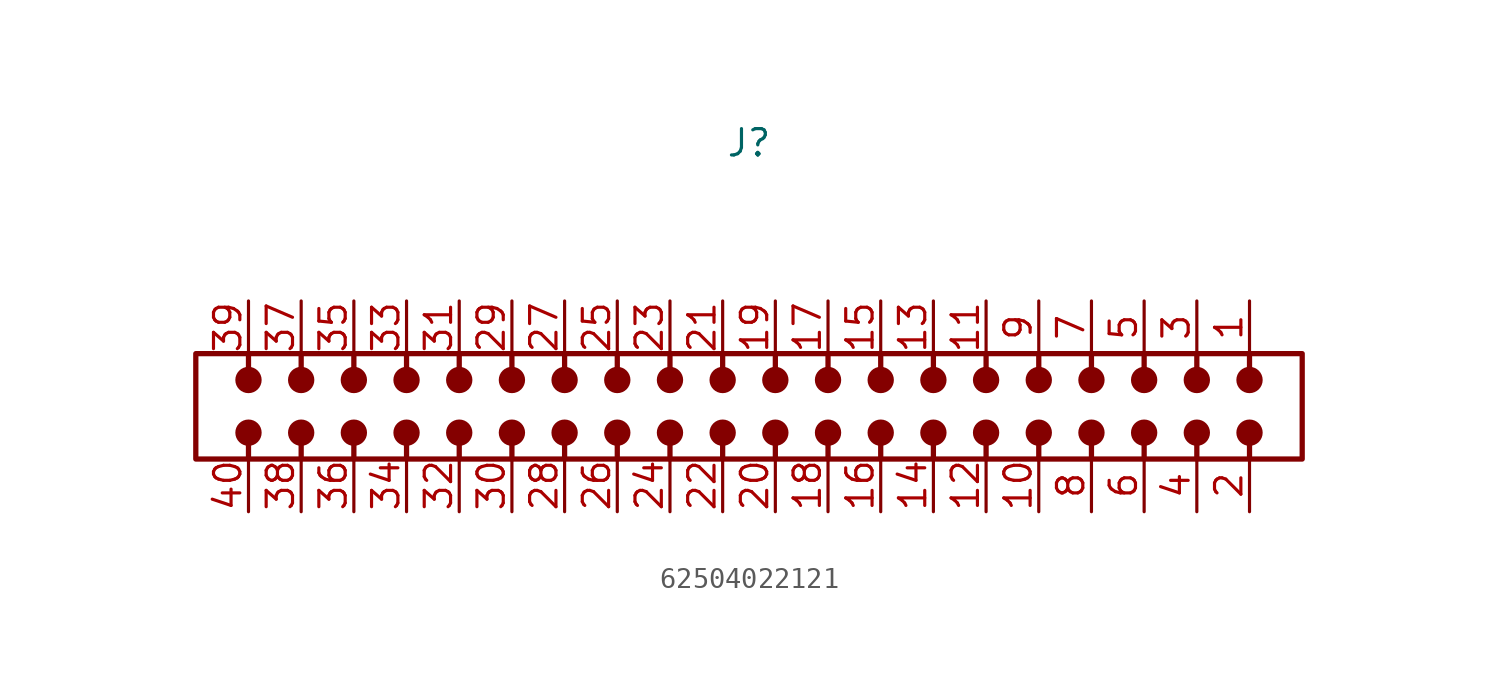
<source format=kicad_sym>
(kicad_symbol_lib
  (version 20241209)
  (generator "kicad_symbol_editor")
  (generator_version "9.0")
  (symbol "62504022121"
    (pin_names
      (hide yes))
    (property "Reference" "J"
      (at 0 12.7 0)
      (effects (font (size 1.27 1.27))))
    (symbol "62504022121_1_1"
      (rectangle (start -26.67 2.54) (end 26.67 -2.54) (stroke (width 0.254) (type solid)) (fill (type none)))
      (polyline (pts (xy -24.13 1.778) (xy -24.13 2.54)) (stroke (width 0.254) (type solid)) (fill (type none)))
      (circle (center -24.13 1.27) (radius 0.508) (stroke (width 0.254) (type solid)) (fill (type outline)))
      (circle (center -24.13 -1.27) (radius 0.508) (stroke (width 0.254) (type solid)) (fill (type outline)))
      (polyline (pts (xy -24.13 -1.778) (xy -24.13 -2.54)) (stroke (width 0.254) (type solid)) (fill (type none)))
      (polyline (pts (xy -21.59 1.778) (xy -21.59 2.54)) (stroke (width 0.254) (type solid)) (fill (type none)))
      (circle (center -21.59 1.27) (radius 0.508) (stroke (width 0.254) (type solid)) (fill (type outline)))
      (circle (center -21.59 -1.27) (radius 0.508) (stroke (width 0.254) (type solid)) (fill (type outline)))
      (polyline (pts (xy -21.59 -1.778) (xy -21.59 -2.54)) (stroke (width 0.254) (type solid)) (fill (type none)))
      (polyline (pts (xy -19.05 1.778) (xy -19.05 2.54)) (stroke (width 0.254) (type solid)) (fill (type none)))
      (circle (center -19.05 1.27) (radius 0.508) (stroke (width 0.254) (type solid)) (fill (type outline)))
      (circle (center -19.05 -1.27) (radius 0.508) (stroke (width 0.254) (type solid)) (fill (type outline)))
      (polyline (pts (xy -19.05 -1.778) (xy -19.05 -2.54)) (stroke (width 0.254) (type solid)) (fill (type none)))
      (polyline (pts (xy -16.51 1.778) (xy -16.51 2.54)) (stroke (width 0.254) (type solid)) (fill (type none)))
      (circle (center -16.51 1.27) (radius 0.508) (stroke (width 0.254) (type solid)) (fill (type outline)))
      (circle (center -16.51 -1.27) (radius 0.508) (stroke (width 0.254) (type solid)) (fill (type outline)))
      (polyline (pts (xy -16.51 -1.778) (xy -16.51 -2.54)) (stroke (width 0.254) (type solid)) (fill (type none)))
      (polyline (pts (xy -13.97 1.778) (xy -13.97 2.54)) (stroke (width 0.254) (type solid)) (fill (type none)))
      (circle (center -13.97 1.27) (radius 0.508) (stroke (width 0.254) (type solid)) (fill (type outline)))
      (circle (center -13.97 -1.27) (radius 0.508) (stroke (width 0.254) (type solid)) (fill (type outline)))
      (polyline (pts (xy -13.97 -1.778) (xy -13.97 -2.54)) (stroke (width 0.254) (type solid)) (fill (type none)))
      (polyline (pts (xy -11.43 1.778) (xy -11.43 2.54)) (stroke (width 0.254) (type solid)) (fill (type none)))
      (circle (center -11.43 1.27) (radius 0.508) (stroke (width 0.254) (type solid)) (fill (type outline)))
      (circle (center -11.43 -1.27) (radius 0.508) (stroke (width 0.254) (type solid)) (fill (type outline)))
      (polyline (pts (xy -11.43 -1.778) (xy -11.43 -2.54)) (stroke (width 0.254) (type solid)) (fill (type none)))
      (polyline (pts (xy -8.89 1.778) (xy -8.89 2.54)) (stroke (width 0.254) (type solid)) (fill (type none)))
      (circle (center -8.89 1.27) (radius 0.508) (stroke (width 0.254) (type solid)) (fill (type outline)))
      (circle (center -8.89 -1.27) (radius 0.508) (stroke (width 0.254) (type solid)) (fill (type outline)))
      (polyline (pts (xy -8.89 -1.778) (xy -8.89 -2.54)) (stroke (width 0.254) (type solid)) (fill (type none)))
      (polyline (pts (xy -6.35 1.778) (xy -6.35 2.54)) (stroke (width 0.254) (type solid)) (fill (type none)))
      (circle (center -6.35 1.27) (radius 0.508) (stroke (width 0.254) (type solid)) (fill (type outline)))
      (circle (center -6.35 -1.27) (radius 0.508) (stroke (width 0.254) (type solid)) (fill (type outline)))
      (polyline (pts (xy -6.35 -1.778) (xy -6.35 -2.54)) (stroke (width 0.254) (type solid)) (fill (type none)))
      (polyline (pts (xy -3.81 1.778) (xy -3.81 2.54)) (stroke (width 0.254) (type solid)) (fill (type none)))
      (circle (center -3.81 1.27) (radius 0.508) (stroke (width 0.254) (type solid)) (fill (type outline)))
      (circle (center -3.81 -1.27) (radius 0.508) (stroke (width 0.254) (type solid)) (fill (type outline)))
      (polyline (pts (xy -3.81 -1.778) (xy -3.81 -2.54)) (stroke (width 0.254) (type solid)) (fill (type none)))
      (polyline (pts (xy -1.27 1.778) (xy -1.27 2.54)) (stroke (width 0.254) (type solid)) (fill (type none)))
      (circle (center -1.27 1.27) (radius 0.508) (stroke (width 0.254) (type solid)) (fill (type outline)))
      (circle (center -1.27 -1.27) (radius 0.508) (stroke (width 0.254) (type solid)) (fill (type outline)))
      (polyline (pts (xy -1.27 -1.778) (xy -1.27 -2.54)) (stroke (width 0.254) (type solid)) (fill (type none)))
      (polyline (pts (xy 1.27 1.778) (xy 1.27 2.54)) (stroke (width 0.254) (type solid)) (fill (type none)))
      (circle (center 1.27 1.27) (radius 0.508) (stroke (width 0.254) (type solid)) (fill (type outline)))
      (circle (center 1.27 -1.27) (radius 0.508) (stroke (width 0.254) (type solid)) (fill (type outline)))
      (polyline (pts (xy 1.27 -1.778) (xy 1.27 -2.54)) (stroke (width 0.254) (type solid)) (fill (type none)))
      (polyline (pts (xy 3.81 1.778) (xy 3.81 2.54)) (stroke (width 0.254) (type solid)) (fill (type none)))
      (circle (center 3.81 1.27) (radius 0.508) (stroke (width 0.254) (type solid)) (fill (type outline)))
      (circle (center 3.81 -1.27) (radius 0.508) (stroke (width 0.254) (type solid)) (fill (type outline)))
      (polyline (pts (xy 3.81 -1.778) (xy 3.81 -2.54)) (stroke (width 0.254) (type solid)) (fill (type none)))
      (polyline (pts (xy 6.35 1.778) (xy 6.35 2.54)) (stroke (width 0.254) (type solid)) (fill (type none)))
      (circle (center 6.35 1.27) (radius 0.508) (stroke (width 0.254) (type solid)) (fill (type outline)))
      (circle (center 6.35 -1.27) (radius 0.508) (stroke (width 0.254) (type solid)) (fill (type outline)))
      (polyline (pts (xy 6.35 -1.778) (xy 6.35 -2.54)) (stroke (width 0.254) (type solid)) (fill (type none)))
      (polyline (pts (xy 8.89 1.778) (xy 8.89 2.54)) (stroke (width 0.254) (type solid)) (fill (type none)))
      (circle (center 8.89 1.27) (radius 0.508) (stroke (width 0.254) (type solid)) (fill (type outline)))
      (circle (center 8.89 -1.27) (radius 0.508) (stroke (width 0.254) (type solid)) (fill (type outline)))
      (polyline (pts (xy 8.89 -1.778) (xy 8.89 -2.54)) (stroke (width 0.254) (type solid)) (fill (type none)))
      (polyline (pts (xy 11.43 1.778) (xy 11.43 2.54)) (stroke (width 0.254) (type solid)) (fill (type none)))
      (circle (center 11.43 1.27) (radius 0.508) (stroke (width 0.254) (type solid)) (fill (type outline)))
      (circle (center 11.43 -1.27) (radius 0.508) (stroke (width 0.254) (type solid)) (fill (type outline)))
      (polyline (pts (xy 11.43 -1.778) (xy 11.43 -2.54)) (stroke (width 0.254) (type solid)) (fill (type none)))
      (polyline (pts (xy 13.97 1.778) (xy 13.97 2.54)) (stroke (width 0.254) (type solid)) (fill (type none)))
      (circle (center 13.97 1.27) (radius 0.508) (stroke (width 0.254) (type solid)) (fill (type outline)))
      (circle (center 13.97 -1.27) (radius 0.508) (stroke (width 0.254) (type solid)) (fill (type outline)))
      (polyline (pts (xy 13.97 -1.778) (xy 13.97 -2.54)) (stroke (width 0.254) (type solid)) (fill (type none)))
      (polyline (pts (xy 16.51 1.778) (xy 16.51 2.54)) (stroke (width 0.254) (type solid)) (fill (type none)))
      (circle (center 16.51 1.27) (radius 0.508) (stroke (width 0.254) (type solid)) (fill (type outline)))
      (circle (center 16.51 -1.27) (radius 0.508) (stroke (width 0.254) (type solid)) (fill (type outline)))
      (polyline (pts (xy 16.51 -1.778) (xy 16.51 -2.54)) (stroke (width 0.254) (type solid)) (fill (type none)))
      (polyline (pts (xy 19.05 1.778) (xy 19.05 2.54)) (stroke (width 0.254) (type solid)) (fill (type none)))
      (circle (center 19.05 1.27) (radius 0.508) (stroke (width 0.254) (type solid)) (fill (type outline)))
      (circle (center 19.05 -1.27) (radius 0.508) (stroke (width 0.254) (type solid)) (fill (type outline)))
      (polyline (pts (xy 19.05 -1.778) (xy 19.05 -2.54)) (stroke (width 0.254) (type solid)) (fill (type none)))
      (polyline (pts (xy 21.59 1.778) (xy 21.59 2.54)) (stroke (width 0.254) (type solid)) (fill (type none)))
      (circle (center 21.59 1.27) (radius 0.508) (stroke (width 0.254) (type solid)) (fill (type outline)))
      (circle (center 21.59 -1.27) (radius 0.508) (stroke (width 0.254) (type solid)) (fill (type outline)))
      (polyline (pts (xy 21.59 -1.778) (xy 21.59 -2.54)) (stroke (width 0.254) (type solid)) (fill (type none)))
      (polyline (pts (xy 24.13 1.778) (xy 24.13 2.54)) (stroke (width 0.254) (type solid)) (fill (type none)))
      (circle (center 24.13 1.27) (radius 0.508) (stroke (width 0.254) (type solid)) (fill (type outline)))
      (circle (center 24.13 -1.27) (radius 0.508) (stroke (width 0.254) (type solid)) (fill (type outline)))
      (polyline (pts (xy 24.13 -1.778) (xy 24.13 -2.54)) (stroke (width 0.254) (type solid)) (fill (type none)))
      (pin passive line (at -24.13 5.08 270) (length 2.54) (name "39" (effects (font (size 1.27 1.27)))) (number "39" (effects (font (size 1.27 1.27)))))
      (pin passive line (at -24.13 -5.08 90) (length 2.54) (name "40" (effects (font (size 1.27 1.27)))) (number "40" (effects (font (size 1.27 1.27)))))
      (pin passive line (at -21.59 5.08 270) (length 2.54) (name "37" (effects (font (size 1.27 1.27)))) (number "37" (effects (font (size 1.27 1.27)))))
      (pin passive line (at -21.59 -5.08 90) (length 2.54) (name "38" (effects (font (size 1.27 1.27)))) (number "38" (effects (font (size 1.27 1.27)))))
      (pin passive line (at -19.05 5.08 270) (length 2.54) (name "35" (effects (font (size 1.27 1.27)))) (number "35" (effects (font (size 1.27 1.27)))))
      (pin passive line (at -19.05 -5.08 90) (length 2.54) (name "36" (effects (font (size 1.27 1.27)))) (number "36" (effects (font (size 1.27 1.27)))))
      (pin passive line (at -16.51 5.08 270) (length 2.54) (name "33" (effects (font (size 1.27 1.27)))) (number "33" (effects (font (size 1.27 1.27)))))
      (pin passive line (at -16.51 -5.08 90) (length 2.54) (name "34" (effects (font (size 1.27 1.27)))) (number "34" (effects (font (size 1.27 1.27)))))
      (pin passive line (at -13.97 5.08 270) (length 2.54) (name "31" (effects (font (size 1.27 1.27)))) (number "31" (effects (font (size 1.27 1.27)))))
      (pin passive line (at -13.97 -5.08 90) (length 2.54) (name "32" (effects (font (size 1.27 1.27)))) (number "32" (effects (font (size 1.27 1.27)))))
      (pin passive line (at -11.43 5.08 270) (length 2.54) (name "29" (effects (font (size 1.27 1.27)))) (number "29" (effects (font (size 1.27 1.27)))))
      (pin passive line (at -11.43 -5.08 90) (length 2.54) (name "30" (effects (font (size 1.27 1.27)))) (number "30" (effects (font (size 1.27 1.27)))))
      (pin passive line (at -8.89 5.08 270) (length 2.54) (name "27" (effects (font (size 1.27 1.27)))) (number "27" (effects (font (size 1.27 1.27)))))
      (pin passive line (at -8.89 -5.08 90) (length 2.54) (name "28" (effects (font (size 1.27 1.27)))) (number "28" (effects (font (size 1.27 1.27)))))
      (pin passive line (at -6.35 5.08 270) (length 2.54) (name "25" (effects (font (size 1.27 1.27)))) (number "25" (effects (font (size 1.27 1.27)))))
      (pin passive line (at -6.35 -5.08 90) (length 2.54) (name "26" (effects (font (size 1.27 1.27)))) (number "26" (effects (font (size 1.27 1.27)))))
      (pin passive line (at -3.81 5.08 270) (length 2.54) (name "23" (effects (font (size 1.27 1.27)))) (number "23" (effects (font (size 1.27 1.27)))))
      (pin passive line (at -3.81 -5.08 90) (length 2.54) (name "24" (effects (font (size 1.27 1.27)))) (number "24" (effects (font (size 1.27 1.27)))))
      (pin passive line (at -1.27 5.08 270) (length 2.54) (name "21" (effects (font (size 1.27 1.27)))) (number "21" (effects (font (size 1.27 1.27)))))
      (pin passive line (at -1.27 -5.08 90) (length 2.54) (name "22" (effects (font (size 1.27 1.27)))) (number "22" (effects (font (size 1.27 1.27)))))
      (pin passive line (at 1.27 5.08 270) (length 2.54) (name "19" (effects (font (size 1.27 1.27)))) (number "19" (effects (font (size 1.27 1.27)))))
      (pin passive line (at 1.27 -5.08 90) (length 2.54) (name "20" (effects (font (size 1.27 1.27)))) (number "20" (effects (font (size 1.27 1.27)))))
      (pin passive line (at 3.81 5.08 270) (length 2.54) (name "17" (effects (font (size 1.27 1.27)))) (number "17" (effects (font (size 1.27 1.27)))))
      (pin passive line (at 3.81 -5.08 90) (length 2.54) (name "18" (effects (font (size 1.27 1.27)))) (number "18" (effects (font (size 1.27 1.27)))))
      (pin passive line (at 6.35 5.08 270) (length 2.54) (name "15" (effects (font (size 1.27 1.27)))) (number "15" (effects (font (size 1.27 1.27)))))
      (pin passive line (at 6.35 -5.08 90) (length 2.54) (name "16" (effects (font (size 1.27 1.27)))) (number "16" (effects (font (size 1.27 1.27)))))
      (pin passive line (at 8.89 5.08 270) (length 2.54) (name "13" (effects (font (size 1.27 1.27)))) (number "13" (effects (font (size 1.27 1.27)))))
      (pin passive line (at 8.89 -5.08 90) (length 2.54) (name "14" (effects (font (size 1.27 1.27)))) (number "14" (effects (font (size 1.27 1.27)))))
      (pin passive line (at 11.43 5.08 270) (length 2.54) (name "11" (effects (font (size 1.27 1.27)))) (number "11" (effects (font (size 1.27 1.27)))))
      (pin passive line (at 11.43 -5.08 90) (length 2.54) (name "12" (effects (font (size 1.27 1.27)))) (number "12" (effects (font (size 1.27 1.27)))))
      (pin passive line (at 13.97 5.08 270) (length 2.54) (name "9" (effects (font (size 1.27 1.27)))) (number "9" (effects (font (size 1.27 1.27)))))
      (pin passive line (at 13.97 -5.08 90) (length 2.54) (name "10" (effects (font (size 1.27 1.27)))) (number "10" (effects (font (size 1.27 1.27)))))
      (pin passive line (at 16.51 5.08 270) (length 2.54) (name "7" (effects (font (size 1.27 1.27)))) (number "7" (effects (font (size 1.27 1.27)))))
      (pin passive line (at 16.51 -5.08 90) (length 2.54) (name "8" (effects (font (size 1.27 1.27)))) (number "8" (effects (font (size 1.27 1.27)))))
      (pin passive line (at 19.05 5.08 270) (length 2.54) (name "5" (effects (font (size 1.27 1.27)))) (number "5" (effects (font (size 1.27 1.27)))))
      (pin passive line (at 19.05 -5.08 90) (length 2.54) (name "6" (effects (font (size 1.27 1.27)))) (number "6" (effects (font (size 1.27 1.27)))))
      (pin passive line (at 21.59 5.08 270) (length 2.54) (name "3" (effects (font (size 1.27 1.27)))) (number "3" (effects (font (size 1.27 1.27)))))
      (pin passive line (at 21.59 -5.08 90) (length 2.54) (name "4" (effects (font (size 1.27 1.27)))) (number "4" (effects (font (size 1.27 1.27)))))
      (pin passive line (at 24.13 5.08 270) (length 2.54) (name "1" (effects (font (size 1.27 1.27)))) (number "1" (effects (font (size 1.27 1.27)))))
      (pin passive line (at 24.13 -5.08 90) (length 2.54) (name "2" (effects (font (size 1.27 1.27)))) (number "2" (effects (font (size 1.27 1.27))))))))
</source>
